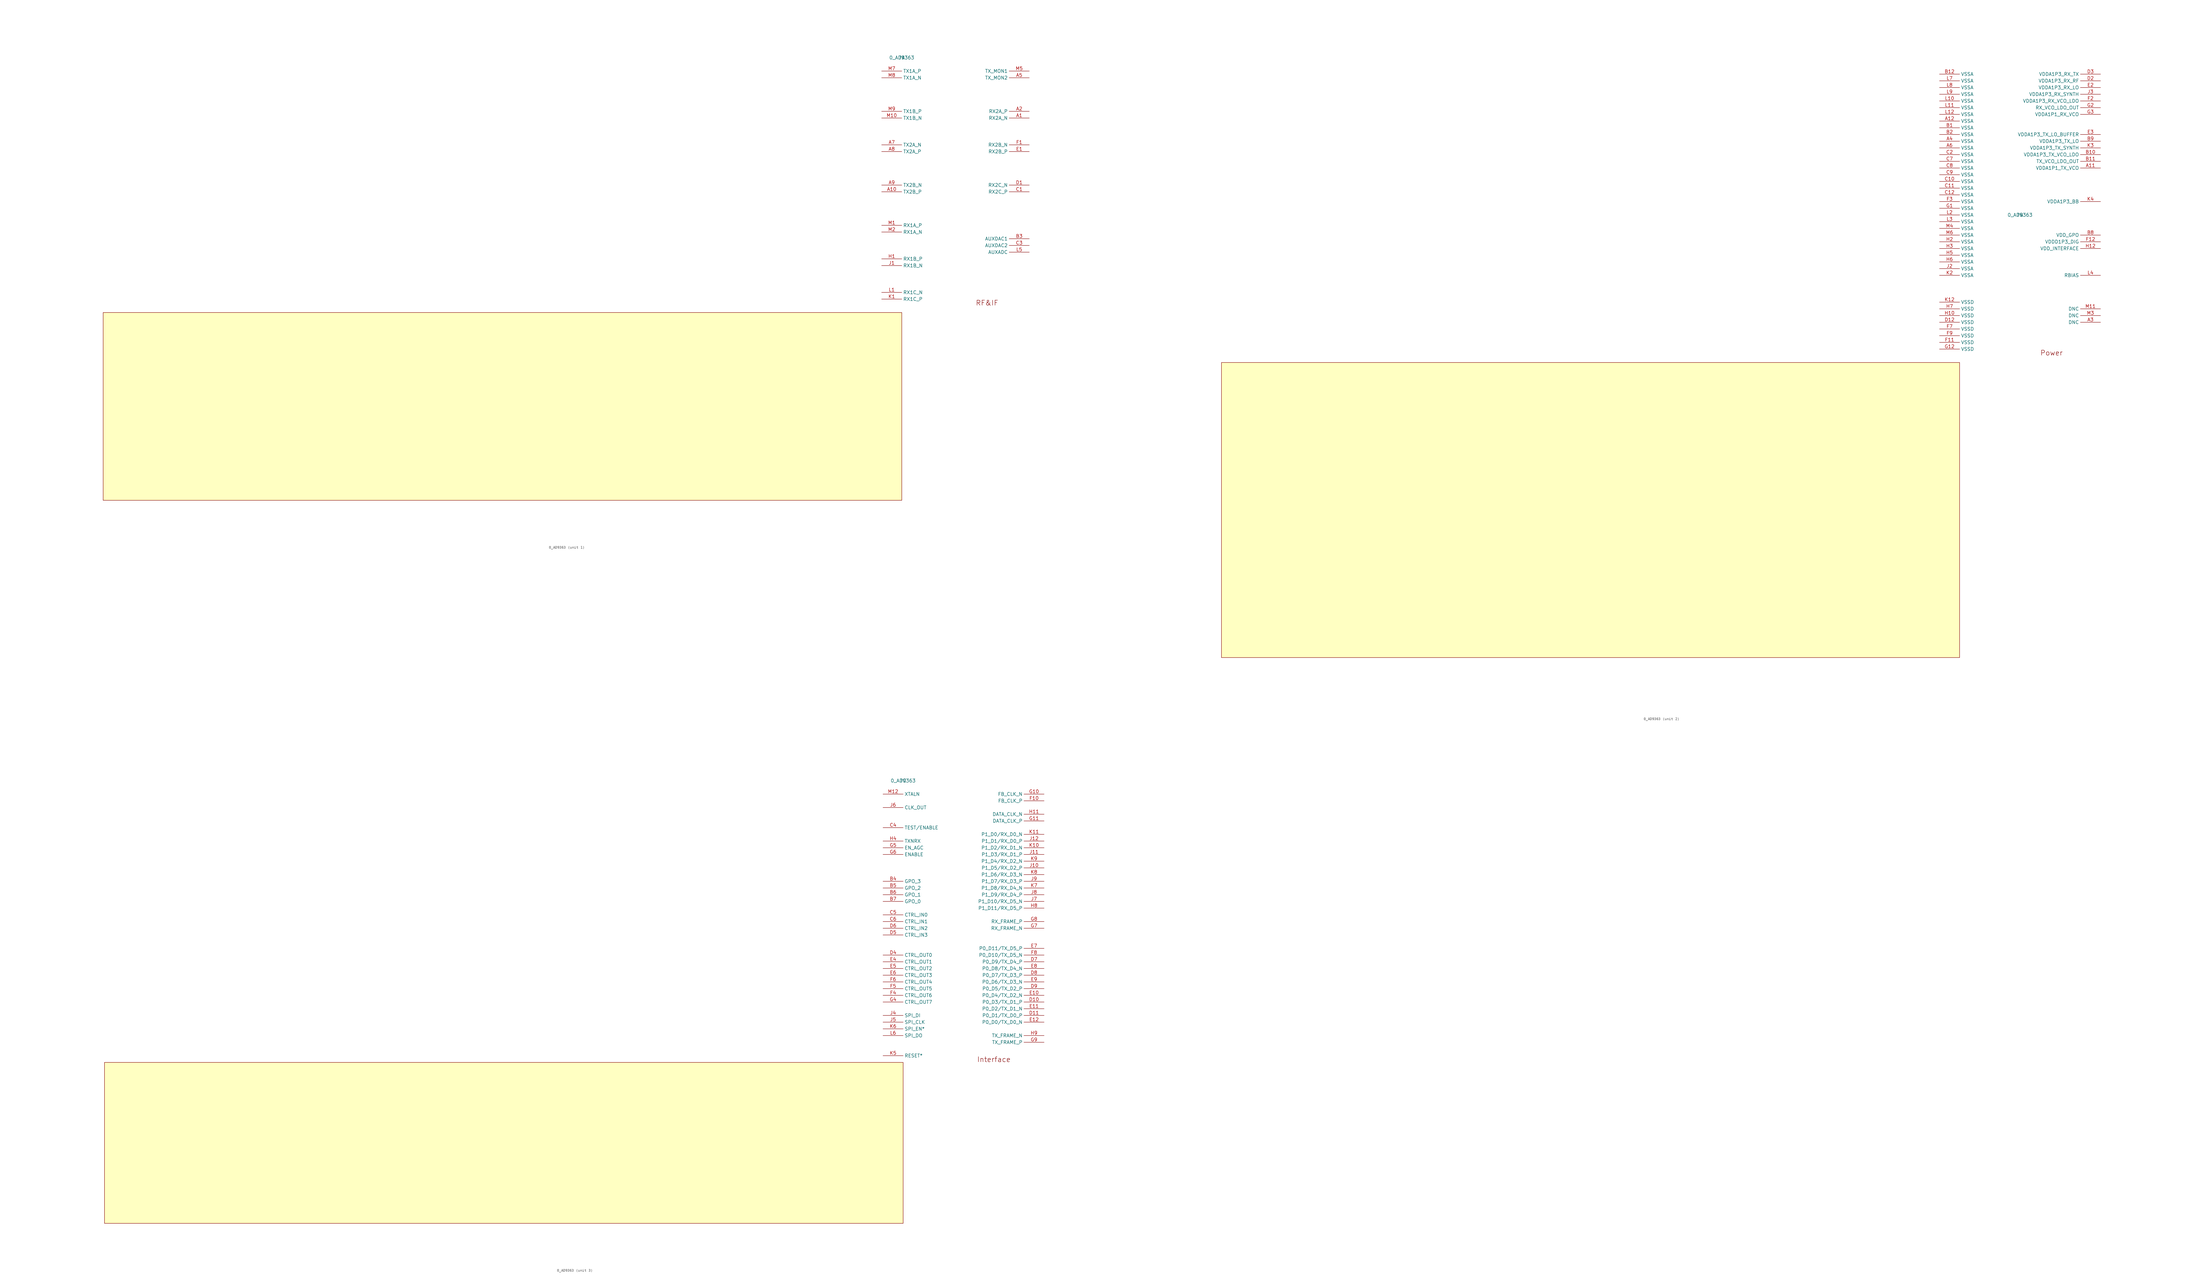
<source format=kicad_sym>
(kicad_symbol_lib
  (version 20211014)
  (generator kicad_symbol_editor)
  (symbol "pynqsdr-altium-import:0_AD9363"
    (property "Reference" ""
      (at 0 0 0)
      (effects (font (size 1.27 1.27))))
    (property "Value" "0_AD9363"
      (at 0 0 0)
      (effects (font (size 1.27 1.27))))
    (symbol "0_AD9363_1_0"
      (rectangle (start -302.26 -167.64) (end 0 -96.52) (stroke (width 0) (type default) (color 0 0 0 0)) (fill (type background)))
      (text "RF&IF" (at 27.94 -93.98 0) (effects (font (size 1.905 1.905)) (justify left bottom)))
      (pin passive line (at 48.26 -22.86 180) (length 7.62) (name "RX2A_N" (effects (font (size 1.27 1.27)))) (number "A1" (effects (font (size 1.27 1.27)))))
      (pin passive line (at -7.62 -50.8 0) (length 7.62) (name "TX2B_P" (effects (font (size 1.27 1.27)))) (number "A10" (effects (font (size 1.27 1.27)))))
      (pin passive line (at 48.26 -20.32 180) (length 7.62) (name "RX2A_P" (effects (font (size 1.27 1.27)))) (number "A2" (effects (font (size 1.27 1.27)))))
      (pin passive line (at 48.26 -7.62 180) (length 7.62) (name "TX_MON2" (effects (font (size 1.27 1.27)))) (number "A5" (effects (font (size 1.27 1.27)))))
      (pin passive line (at -7.62 -33.02 0) (length 7.62) (name "TX2A_N" (effects (font (size 1.27 1.27)))) (number "A7" (effects (font (size 1.27 1.27)))))
      (pin passive line (at -7.62 -35.56 0) (length 7.62) (name "TX2A_P" (effects (font (size 1.27 1.27)))) (number "A8" (effects (font (size 1.27 1.27)))))
      (pin passive line (at -7.62 -48.26 0) (length 7.62) (name "TX2B_N" (effects (font (size 1.27 1.27)))) (number "A9" (effects (font (size 1.27 1.27)))))
      (pin passive line (at 48.26 -68.58 180) (length 7.62) (name "AUXDAC1" (effects (font (size 1.27 1.27)))) (number "B3" (effects (font (size 1.27 1.27)))))
      (pin passive line (at 48.26 -50.8 180) (length 7.62) (name "RX2C_P" (effects (font (size 1.27 1.27)))) (number "C1" (effects (font (size 1.27 1.27)))))
      (pin passive line (at 48.26 -71.12 180) (length 7.62) (name "AUXDAC2" (effects (font (size 1.27 1.27)))) (number "C3" (effects (font (size 1.27 1.27)))))
      (pin passive line (at 48.26 -48.26 180) (length 7.62) (name "RX2C_N" (effects (font (size 1.27 1.27)))) (number "D1" (effects (font (size 1.27 1.27)))))
      (pin passive line (at 48.26 -35.56 180) (length 7.62) (name "RX2B_P" (effects (font (size 1.27 1.27)))) (number "E1" (effects (font (size 1.27 1.27)))))
      (pin passive line (at 48.26 -33.02 180) (length 7.62) (name "RX2B_N" (effects (font (size 1.27 1.27)))) (number "F1" (effects (font (size 1.27 1.27)))))
      (pin passive line (at -7.62 -76.2 0) (length 7.62) (name "RX1B_P" (effects (font (size 1.27 1.27)))) (number "H1" (effects (font (size 1.27 1.27)))))
      (pin passive line (at -7.62 -78.74 0) (length 7.62) (name "RX1B_N" (effects (font (size 1.27 1.27)))) (number "J1" (effects (font (size 1.27 1.27)))))
      (pin passive line (at -7.62 -91.44 0) (length 7.62) (name "RX1C_P" (effects (font (size 1.27 1.27)))) (number "K1" (effects (font (size 1.27 1.27)))))
      (pin passive line (at -7.62 -88.9 0) (length 7.62) (name "RX1C_N" (effects (font (size 1.27 1.27)))) (number "L1" (effects (font (size 1.27 1.27)))))
      (pin passive line (at 48.26 -73.66 180) (length 7.62) (name "AUXADC" (effects (font (size 1.27 1.27)))) (number "L5" (effects (font (size 1.27 1.27)))))
      (pin passive line (at -7.62 -63.5 0) (length 7.62) (name "RX1A_P" (effects (font (size 1.27 1.27)))) (number "M1" (effects (font (size 1.27 1.27)))))
      (pin passive line (at -7.62 -22.86 0) (length 7.62) (name "TX1B_N" (effects (font (size 1.27 1.27)))) (number "M10" (effects (font (size 1.27 1.27)))))
      (pin passive line (at -7.62 -66.04 0) (length 7.62) (name "RX1A_N" (effects (font (size 1.27 1.27)))) (number "M2" (effects (font (size 1.27 1.27)))))
      (pin passive line (at 48.26 -5.08 180) (length 7.62) (name "TX_MON1" (effects (font (size 1.27 1.27)))) (number "M5" (effects (font (size 1.27 1.27)))))
      (pin passive line (at -7.62 -5.08 0) (length 7.62) (name "TX1A_P" (effects (font (size 1.27 1.27)))) (number "M7" (effects (font (size 1.27 1.27)))))
      (pin passive line (at -7.62 -7.62 0) (length 7.62) (name "TX1A_N" (effects (font (size 1.27 1.27)))) (number "M8" (effects (font (size 1.27 1.27)))))
      (pin passive line (at -7.62 -20.32 0) (length 7.62) (name "TX1B_P" (effects (font (size 1.27 1.27)))) (number "M9" (effects (font (size 1.27 1.27))))))
    (symbol "0_AD9363_2_0"
      (rectangle (start -302.26 -167.64) (end -22.86 -55.88) (stroke (width 0) (type default) (color 0 0 0 0)) (fill (type background)))
      (text "Power" (at 7.62 -53.34 0) (effects (font (size 1.905 1.905)) (justify left bottom)))
      (pin passive line (at 30.48 17.78 180) (length 7.62) (name "VDDA1P1_TX_VCO" (effects (font (size 1.27 1.27)))) (number "A11" (effects (font (size 1.27 1.27)))))
      (pin passive line (at -30.48 35.56 0) (length 7.62) (name "VSSA" (effects (font (size 1.27 1.27)))) (number "A12" (effects (font (size 1.27 1.27)))))
      (pin passive line (at 30.48 -40.64 180) (length 7.62) (name "DNC" (effects (font (size 1.27 1.27)))) (number "A3" (effects (font (size 1.27 1.27)))))
      (pin passive line (at -30.48 27.94 0) (length 7.62) (name "VSSA" (effects (font (size 1.27 1.27)))) (number "A4" (effects (font (size 1.27 1.27)))))
      (pin passive line (at -30.48 25.4 0) (length 7.62) (name "VSSA" (effects (font (size 1.27 1.27)))) (number "A6" (effects (font (size 1.27 1.27)))))
      (pin passive line (at -30.48 33.02 0) (length 7.62) (name "VSSA" (effects (font (size 1.27 1.27)))) (number "B1" (effects (font (size 1.27 1.27)))))
      (pin passive line (at 30.48 22.86 180) (length 7.62) (name "VDDA1P3_TX_VCO_LDO" (effects (font (size 1.27 1.27)))) (number "B10" (effects (font (size 1.27 1.27)))))
      (pin passive line (at 30.48 20.32 180) (length 7.62) (name "TX_VCO_LDO_OUT" (effects (font (size 1.27 1.27)))) (number "B11" (effects (font (size 1.27 1.27)))))
      (pin passive line (at -30.48 53.34 0) (length 7.62) (name "VSSA" (effects (font (size 1.27 1.27)))) (number "B12" (effects (font (size 1.27 1.27)))))
      (pin passive line (at -30.48 30.48 0) (length 7.62) (name "VSSA" (effects (font (size 1.27 1.27)))) (number "B2" (effects (font (size 1.27 1.27)))))
      (pin passive line (at 30.48 -7.62 180) (length 7.62) (name "VDD_GPO" (effects (font (size 1.27 1.27)))) (number "B8" (effects (font (size 1.27 1.27)))))
      (pin passive line (at 30.48 27.94 180) (length 7.62) (name "VDDA1P3_TX_LO" (effects (font (size 1.27 1.27)))) (number "B9" (effects (font (size 1.27 1.27)))))
      (pin passive line (at -30.48 12.7 0) (length 7.62) (name "VSSA" (effects (font (size 1.27 1.27)))) (number "C10" (effects (font (size 1.27 1.27)))))
      (pin passive line (at -30.48 10.16 0) (length 7.62) (name "VSSA" (effects (font (size 1.27 1.27)))) (number "C11" (effects (font (size 1.27 1.27)))))
      (pin passive line (at -30.48 7.62 0) (length 7.62) (name "VSSA" (effects (font (size 1.27 1.27)))) (number "C12" (effects (font (size 1.27 1.27)))))
      (pin passive line (at -30.48 22.86 0) (length 7.62) (name "VSSA" (effects (font (size 1.27 1.27)))) (number "C2" (effects (font (size 1.27 1.27)))))
      (pin passive line (at -30.48 20.32 0) (length 7.62) (name "VSSA" (effects (font (size 1.27 1.27)))) (number "C7" (effects (font (size 1.27 1.27)))))
      (pin passive line (at -30.48 17.78 0) (length 7.62) (name "VSSA" (effects (font (size 1.27 1.27)))) (number "C8" (effects (font (size 1.27 1.27)))))
      (pin passive line (at -30.48 15.24 0) (length 7.62) (name "VSSA" (effects (font (size 1.27 1.27)))) (number "C9" (effects (font (size 1.27 1.27)))))
      (pin passive line (at -30.48 -40.64 0) (length 7.62) (name "VSSD" (effects (font (size 1.27 1.27)))) (number "D12" (effects (font (size 1.27 1.27)))))
      (pin passive line (at 30.48 50.8 180) (length 7.62) (name "VDDA1P3_RX_RF" (effects (font (size 1.27 1.27)))) (number "D2" (effects (font (size 1.27 1.27)))))
      (pin passive line (at 30.48 53.34 180) (length 7.62) (name "VDDA1P3_RX_TX" (effects (font (size 1.27 1.27)))) (number "D3" (effects (font (size 1.27 1.27)))))
      (pin passive line (at 30.48 48.26 180) (length 7.62) (name "VDDA1P3_RX_LO" (effects (font (size 1.27 1.27)))) (number "E2" (effects (font (size 1.27 1.27)))))
      (pin passive line (at 30.48 30.48 180) (length 7.62) (name "VDDA1P3_TX_LO_BUFFER" (effects (font (size 1.27 1.27)))) (number "E3" (effects (font (size 1.27 1.27)))))
      (pin passive line (at -30.48 -48.26 0) (length 7.62) (name "VSSD" (effects (font (size 1.27 1.27)))) (number "F11" (effects (font (size 1.27 1.27)))))
      (pin passive line (at 30.48 -10.16 180) (length 7.62) (name "VDDD1P3_DIG" (effects (font (size 1.27 1.27)))) (number "F12" (effects (font (size 1.27 1.27)))))
      (pin passive line (at 30.48 43.18 180) (length 7.62) (name "VDDA1P3_RX_VCO_LDO" (effects (font (size 1.27 1.27)))) (number "F2" (effects (font (size 1.27 1.27)))))
      (pin passive line (at -30.48 5.08 0) (length 7.62) (name "VSSA" (effects (font (size 1.27 1.27)))) (number "F3" (effects (font (size 1.27 1.27)))))
      (pin passive line (at -30.48 -43.18 0) (length 7.62) (name "VSSD" (effects (font (size 1.27 1.27)))) (number "F7" (effects (font (size 1.27 1.27)))))
      (pin passive line (at -30.48 -45.72 0) (length 7.62) (name "VSSD" (effects (font (size 1.27 1.27)))) (number "F9" (effects (font (size 1.27 1.27)))))
      (pin passive line (at -30.48 2.54 0) (length 7.62) (name "VSSA" (effects (font (size 1.27 1.27)))) (number "G1" (effects (font (size 1.27 1.27)))))
      (pin passive line (at -30.48 -50.8 0) (length 7.62) (name "VSSD" (effects (font (size 1.27 1.27)))) (number "G12" (effects (font (size 1.27 1.27)))))
      (pin passive line (at 30.48 40.64 180) (length 7.62) (name "RX_VCO_LDO_OUT" (effects (font (size 1.27 1.27)))) (number "G2" (effects (font (size 1.27 1.27)))))
      (pin passive line (at 30.48 38.1 180) (length 7.62) (name "VDDA1P1_RX_VCO" (effects (font (size 1.27 1.27)))) (number "G3" (effects (font (size 1.27 1.27)))))
      (pin passive line (at -30.48 -38.1 0) (length 7.62) (name "VSSD" (effects (font (size 1.27 1.27)))) (number "H10" (effects (font (size 1.27 1.27)))))
      (pin passive line (at 30.48 -12.7 180) (length 7.62) (name "VDD_INTERFACE" (effects (font (size 1.27 1.27)))) (number "H12" (effects (font (size 1.27 1.27)))))
      (pin passive line (at -30.48 -10.16 0) (length 7.62) (name "VSSA" (effects (font (size 1.27 1.27)))) (number "H2" (effects (font (size 1.27 1.27)))))
      (pin passive line (at -30.48 -12.7 0) (length 7.62) (name "VSSA" (effects (font (size 1.27 1.27)))) (number "H3" (effects (font (size 1.27 1.27)))))
      (pin passive line (at -30.48 -15.24 0) (length 7.62) (name "VSSA" (effects (font (size 1.27 1.27)))) (number "H5" (effects (font (size 1.27 1.27)))))
      (pin passive line (at -30.48 -17.78 0) (length 7.62) (name "VSSA" (effects (font (size 1.27 1.27)))) (number "H6" (effects (font (size 1.27 1.27)))))
      (pin passive line (at -30.48 -35.56 0) (length 7.62) (name "VSSD" (effects (font (size 1.27 1.27)))) (number "H7" (effects (font (size 1.27 1.27)))))
      (pin passive line (at -30.48 -20.32 0) (length 7.62) (name "VSSA" (effects (font (size 1.27 1.27)))) (number "J2" (effects (font (size 1.27 1.27)))))
      (pin passive line (at 30.48 45.72 180) (length 7.62) (name "VDDA1P3_RX_SYNTH" (effects (font (size 1.27 1.27)))) (number "J3" (effects (font (size 1.27 1.27)))))
      (pin passive line (at -30.48 -33.02 0) (length 7.62) (name "VSSD" (effects (font (size 1.27 1.27)))) (number "K12" (effects (font (size 1.27 1.27)))))
      (pin passive line (at -30.48 -22.86 0) (length 7.62) (name "VSSA" (effects (font (size 1.27 1.27)))) (number "K2" (effects (font (size 1.27 1.27)))))
      (pin passive line (at 30.48 25.4 180) (length 7.62) (name "VDDA1P3_TX_SYNTH" (effects (font (size 1.27 1.27)))) (number "K3" (effects (font (size 1.27 1.27)))))
      (pin passive line (at 30.48 5.08 180) (length 7.62) (name "VDDA1P3_BB" (effects (font (size 1.27 1.27)))) (number "K4" (effects (font (size 1.27 1.27)))))
      (pin passive line (at -30.48 43.18 0) (length 7.62) (name "VSSA" (effects (font (size 1.27 1.27)))) (number "L10" (effects (font (size 1.27 1.27)))))
      (pin passive line (at -30.48 40.64 0) (length 7.62) (name "VSSA" (effects (font (size 1.27 1.27)))) (number "L11" (effects (font (size 1.27 1.27)))))
      (pin passive line (at -30.48 38.1 0) (length 7.62) (name "VSSA" (effects (font (size 1.27 1.27)))) (number "L12" (effects (font (size 1.27 1.27)))))
      (pin passive line (at -30.48 0 0) (length 7.62) (name "VSSA" (effects (font (size 1.27 1.27)))) (number "L2" (effects (font (size 1.27 1.27)))))
      (pin passive line (at -30.48 -2.54 0) (length 7.62) (name "VSSA" (effects (font (size 1.27 1.27)))) (number "L3" (effects (font (size 1.27 1.27)))))
      (pin passive line (at 30.48 -22.86 180) (length 7.62) (name "RBIAS" (effects (font (size 1.27 1.27)))) (number "L4" (effects (font (size 1.27 1.27)))))
      (pin passive line (at -30.48 50.8 0) (length 7.62) (name "VSSA" (effects (font (size 1.27 1.27)))) (number "L7" (effects (font (size 1.27 1.27)))))
      (pin passive line (at -30.48 48.26 0) (length 7.62) (name "VSSA" (effects (font (size 1.27 1.27)))) (number "L8" (effects (font (size 1.27 1.27)))))
      (pin passive line (at -30.48 45.72 0) (length 7.62) (name "VSSA" (effects (font (size 1.27 1.27)))) (number "L9" (effects (font (size 1.27 1.27)))))
      (pin passive line (at 30.48 -35.56 180) (length 7.62) (name "DNC" (effects (font (size 1.27 1.27)))) (number "M11" (effects (font (size 1.27 1.27)))))
      (pin passive line (at 30.48 -38.1 180) (length 7.62) (name "DNC" (effects (font (size 1.27 1.27)))) (number "M3" (effects (font (size 1.27 1.27)))))
      (pin passive line (at -30.48 -5.08 0) (length 7.62) (name "VSSA" (effects (font (size 1.27 1.27)))) (number "M4" (effects (font (size 1.27 1.27)))))
      (pin passive line (at -30.48 -7.62 0) (length 7.62) (name "VSSA" (effects (font (size 1.27 1.27)))) (number "M6" (effects (font (size 1.27 1.27))))))
    (symbol "0_AD9363_3_0"
      (rectangle (start -302.26 -167.64) (end 0 -106.68) (stroke (width 0) (type default) (color 0 0 0 0)) (fill (type background)))
      (text "Interface" (at 27.94 -106.68 0) (effects (font (size 1.905 1.905)) (justify left bottom)))
      (pin passive line (at -7.62 -38.1 0) (length 7.62) (name "GPO_3" (effects (font (size 1.27 1.27)))) (number "B4" (effects (font (size 1.27 1.27)))))
      (pin passive line (at -7.62 -40.64 0) (length 7.62) (name "GPO_2" (effects (font (size 1.27 1.27)))) (number "B5" (effects (font (size 1.27 1.27)))))
      (pin passive line (at -7.62 -43.18 0) (length 7.62) (name "GPO_1" (effects (font (size 1.27 1.27)))) (number "B6" (effects (font (size 1.27 1.27)))))
      (pin passive line (at -7.62 -45.72 0) (length 7.62) (name "GPO_0" (effects (font (size 1.27 1.27)))) (number "B7" (effects (font (size 1.27 1.27)))))
      (pin passive line (at -7.62 -17.78 0) (length 7.62) (name "TEST/ENABLE" (effects (font (size 1.27 1.27)))) (number "C4" (effects (font (size 1.27 1.27)))))
      (pin passive line (at -7.62 -50.8 0) (length 7.62) (name "CTRL_IN0" (effects (font (size 1.27 1.27)))) (number "C5" (effects (font (size 1.27 1.27)))))
      (pin passive line (at -7.62 -53.34 0) (length 7.62) (name "CTRL_IN1" (effects (font (size 1.27 1.27)))) (number "C6" (effects (font (size 1.27 1.27)))))
      (pin passive line (at 53.34 -83.82 180) (length 7.62) (name "P0_D3/TX_D1_P" (effects (font (size 1.27 1.27)))) (number "D10" (effects (font (size 1.27 1.27)))))
      (pin passive line (at 53.34 -88.9 180) (length 7.62) (name "P0_D1/TX_D0_P" (effects (font (size 1.27 1.27)))) (number "D11" (effects (font (size 1.27 1.27)))))
      (pin passive line (at -7.62 -66.04 0) (length 7.62) (name "CTRL_OUT0" (effects (font (size 1.27 1.27)))) (number "D4" (effects (font (size 1.27 1.27)))))
      (pin passive line (at -7.62 -58.42 0) (length 7.62) (name "CTRL_IN3" (effects (font (size 1.27 1.27)))) (number "D5" (effects (font (size 1.27 1.27)))))
      (pin passive line (at -7.62 -55.88 0) (length 7.62) (name "CTRL_IN2" (effects (font (size 1.27 1.27)))) (number "D6" (effects (font (size 1.27 1.27)))))
      (pin passive line (at 53.34 -68.58 180) (length 7.62) (name "P0_D9/TX_D4_P" (effects (font (size 1.27 1.27)))) (number "D7" (effects (font (size 1.27 1.27)))))
      (pin passive line (at 53.34 -73.66 180) (length 7.62) (name "P0_D7/TX_D3_P" (effects (font (size 1.27 1.27)))) (number "D8" (effects (font (size 1.27 1.27)))))
      (pin passive line (at 53.34 -78.74 180) (length 7.62) (name "P0_D5/TX_D2_P" (effects (font (size 1.27 1.27)))) (number "D9" (effects (font (size 1.27 1.27)))))
      (pin passive line (at 53.34 -81.28 180) (length 7.62) (name "P0_D4/TX_D2_N" (effects (font (size 1.27 1.27)))) (number "E10" (effects (font (size 1.27 1.27)))))
      (pin passive line (at 53.34 -86.36 180) (length 7.62) (name "P0_D2/TX_D1_N" (effects (font (size 1.27 1.27)))) (number "E11" (effects (font (size 1.27 1.27)))))
      (pin passive line (at 53.34 -91.44 180) (length 7.62) (name "P0_D0/TX_D0_N" (effects (font (size 1.27 1.27)))) (number "E12" (effects (font (size 1.27 1.27)))))
      (pin passive line (at -7.62 -68.58 0) (length 7.62) (name "CTRL_OUT1" (effects (font (size 1.27 1.27)))) (number "E4" (effects (font (size 1.27 1.27)))))
      (pin passive line (at -7.62 -71.12 0) (length 7.62) (name "CTRL_OUT2" (effects (font (size 1.27 1.27)))) (number "E5" (effects (font (size 1.27 1.27)))))
      (pin passive line (at -7.62 -73.66 0) (length 7.62) (name "CTRL_OUT3" (effects (font (size 1.27 1.27)))) (number "E6" (effects (font (size 1.27 1.27)))))
      (pin passive line (at 53.34 -63.5 180) (length 7.62) (name "P0_D11/TX_D5_P" (effects (font (size 1.27 1.27)))) (number "E7" (effects (font (size 1.27 1.27)))))
      (pin passive line (at 53.34 -71.12 180) (length 7.62) (name "P0_D8/TX_D4_N" (effects (font (size 1.27 1.27)))) (number "E8" (effects (font (size 1.27 1.27)))))
      (pin passive line (at 53.34 -76.2 180) (length 7.62) (name "P0_D6/TX_D3_N" (effects (font (size 1.27 1.27)))) (number "E9" (effects (font (size 1.27 1.27)))))
      (pin passive line (at 53.34 -7.62 180) (length 7.62) (name "FB_CLK_P" (effects (font (size 1.27 1.27)))) (number "F10" (effects (font (size 1.27 1.27)))))
      (pin passive line (at -7.62 -81.28 0) (length 7.62) (name "CTRL_OUT6" (effects (font (size 1.27 1.27)))) (number "F4" (effects (font (size 1.27 1.27)))))
      (pin passive line (at -7.62 -78.74 0) (length 7.62) (name "CTRL_OUT5" (effects (font (size 1.27 1.27)))) (number "F5" (effects (font (size 1.27 1.27)))))
      (pin passive line (at -7.62 -76.2 0) (length 7.62) (name "CTRL_OUT4" (effects (font (size 1.27 1.27)))) (number "F6" (effects (font (size 1.27 1.27)))))
      (pin passive line (at 53.34 -66.04 180) (length 7.62) (name "P0_D10/TX_D5_N" (effects (font (size 1.27 1.27)))) (number "F8" (effects (font (size 1.27 1.27)))))
      (pin passive line (at 53.34 -5.08 180) (length 7.62) (name "FB_CLK_N" (effects (font (size 1.27 1.27)))) (number "G10" (effects (font (size 1.27 1.27)))))
      (pin passive line (at 53.34 -15.24 180) (length 7.62) (name "DATA_CLK_P" (effects (font (size 1.27 1.27)))) (number "G11" (effects (font (size 1.27 1.27)))))
      (pin passive line (at -7.62 -83.82 0) (length 7.62) (name "CTRL_OUT7" (effects (font (size 1.27 1.27)))) (number "G4" (effects (font (size 1.27 1.27)))))
      (pin passive line (at -7.62 -25.4 0) (length 7.62) (name "EN_AGC" (effects (font (size 1.27 1.27)))) (number "G5" (effects (font (size 1.27 1.27)))))
      (pin passive line (at -7.62 -27.94 0) (length 7.62) (name "ENABLE" (effects (font (size 1.27 1.27)))) (number "G6" (effects (font (size 1.27 1.27)))))
      (pin passive line (at 53.34 -55.88 180) (length 7.62) (name "RX_FRAME_N" (effects (font (size 1.27 1.27)))) (number "G7" (effects (font (size 1.27 1.27)))))
      (pin passive line (at 53.34 -53.34 180) (length 7.62) (name "RX_FRAME_P" (effects (font (size 1.27 1.27)))) (number "G8" (effects (font (size 1.27 1.27)))))
      (pin passive line (at 53.34 -99.06 180) (length 7.62) (name "TX_FRAME_P" (effects (font (size 1.27 1.27)))) (number "G9" (effects (font (size 1.27 1.27)))))
      (pin passive line (at 53.34 -12.7 180) (length 7.62) (name "DATA_CLK_N" (effects (font (size 1.27 1.27)))) (number "H11" (effects (font (size 1.27 1.27)))))
      (pin passive line (at -7.62 -22.86 0) (length 7.62) (name "TXNRX" (effects (font (size 1.27 1.27)))) (number "H4" (effects (font (size 1.27 1.27)))))
      (pin passive line (at 53.34 -48.26 180) (length 7.62) (name "P1_D11/RX_D5_P" (effects (font (size 1.27 1.27)))) (number "H8" (effects (font (size 1.27 1.27)))))
      (pin passive line (at 53.34 -96.52 180) (length 7.62) (name "TX_FRAME_N" (effects (font (size 1.27 1.27)))) (number "H9" (effects (font (size 1.27 1.27)))))
      (pin passive line (at 53.34 -33.02 180) (length 7.62) (name "P1_D5/RX_D2_P" (effects (font (size 1.27 1.27)))) (number "J10" (effects (font (size 1.27 1.27)))))
      (pin passive line (at 53.34 -27.94 180) (length 7.62) (name "P1_D3/RX_D1_P" (effects (font (size 1.27 1.27)))) (number "J11" (effects (font (size 1.27 1.27)))))
      (pin passive line (at 53.34 -22.86 180) (length 7.62) (name "P1_D1/RX_D0_P" (effects (font (size 1.27 1.27)))) (number "J12" (effects (font (size 1.27 1.27)))))
      (pin passive line (at -7.62 -88.9 0) (length 7.62) (name "SPI_DI" (effects (font (size 1.27 1.27)))) (number "J4" (effects (font (size 1.27 1.27)))))
      (pin passive line (at -7.62 -91.44 0) (length 7.62) (name "SPI_CLK" (effects (font (size 1.27 1.27)))) (number "J5" (effects (font (size 1.27 1.27)))))
      (pin passive line (at -7.62 -10.16 0) (length 7.62) (name "CLK_OUT" (effects (font (size 1.27 1.27)))) (number "J6" (effects (font (size 1.27 1.27)))))
      (pin passive line (at 53.34 -45.72 180) (length 7.62) (name "P1_D10/RX_D5_N" (effects (font (size 1.27 1.27)))) (number "J7" (effects (font (size 1.27 1.27)))))
      (pin passive line (at 53.34 -43.18 180) (length 7.62) (name "P1_D9/RX_D4_P" (effects (font (size 1.27 1.27)))) (number "J8" (effects (font (size 1.27 1.27)))))
      (pin passive line (at 53.34 -38.1 180) (length 7.62) (name "P1_D7/RX_D3_P" (effects (font (size 1.27 1.27)))) (number "J9" (effects (font (size 1.27 1.27)))))
      (pin passive line (at 53.34 -25.4 180) (length 7.62) (name "P1_D2/RX_D1_N" (effects (font (size 1.27 1.27)))) (number "K10" (effects (font (size 1.27 1.27)))))
      (pin passive line (at 53.34 -20.32 180) (length 7.62) (name "P1_D0/RX_D0_N" (effects (font (size 1.27 1.27)))) (number "K11" (effects (font (size 1.27 1.27)))))
      (pin passive line (at -7.62 -104.14 0) (length 7.62) (name "RESET*" (effects (font (size 1.27 1.27)))) (number "K5" (effects (font (size 1.27 1.27)))))
      (pin passive line (at -7.62 -93.98 0) (length 7.62) (name "SPI_EN*" (effects (font (size 1.27 1.27)))) (number "K6" (effects (font (size 1.27 1.27)))))
      (pin passive line (at 53.34 -40.64 180) (length 7.62) (name "P1_D8/RX_D4_N" (effects (font (size 1.27 1.27)))) (number "K7" (effects (font (size 1.27 1.27)))))
      (pin passive line (at 53.34 -35.56 180) (length 7.62) (name "P1_D6/RX_D3_N" (effects (font (size 1.27 1.27)))) (number "K8" (effects (font (size 1.27 1.27)))))
      (pin passive line (at 53.34 -30.48 180) (length 7.62) (name "P1_D4/RX_D2_N" (effects (font (size 1.27 1.27)))) (number "K9" (effects (font (size 1.27 1.27)))))
      (pin passive line (at -7.62 -96.52 0) (length 7.62) (name "SPI_DO" (effects (font (size 1.27 1.27)))) (number "L6" (effects (font (size 1.27 1.27)))))
      (pin passive line (at -7.62 -5.08 0) (length 7.62) (name "XTALN" (effects (font (size 1.27 1.27)))) (number "M12" (effects (font (size 1.27 1.27))))))))
</source>
